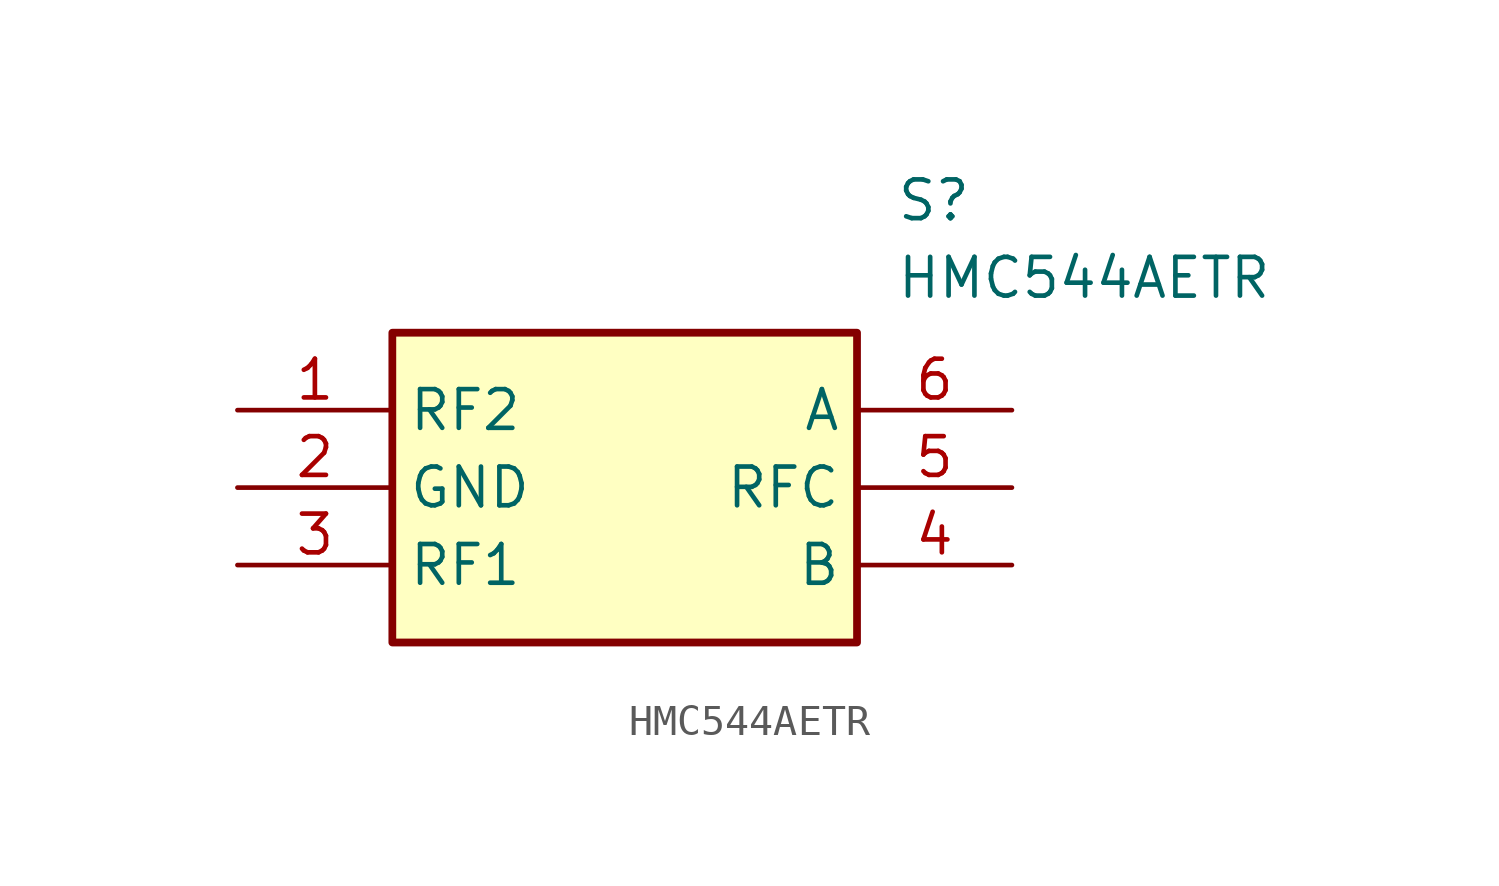
<source format=kicad_sym>
(kicad_symbol_lib
  (version 20211014)
  (generator SamacSys_ECAD_Model)
  (symbol "HMC544AETR"
    (property "Reference" "S"
      (at 21.59 7.62 0)
      (effects (font (size 1.27 1.27)) (justify left top)))
    (property "Value" "HMC544AETR"
      (at 21.59 5.08 0)
      (effects (font (size 1.27 1.27)) (justify left top)))
    (rectangle
      (start 5.08 2.54)
      (end 20.32 -7.62)
      (stroke (width 0.254) (type default))
      (fill (type background)))
    (pin passive line
      (at 0 0 0)
      (length 5.08)
      (name "RF2" (effects (font (size 1.27 1.27))))
      (number "1" (effects (font (size 1.27 1.27)))))
    (pin passive line
      (at 0 -2.54 0)
      (length 5.08)
      (name "GND" (effects (font (size 1.27 1.27))))
      (number "2" (effects (font (size 1.27 1.27)))))
    (pin passive line
      (at 0 -5.08 0)
      (length 5.08)
      (name "RF1" (effects (font (size 1.27 1.27))))
      (number "3" (effects (font (size 1.27 1.27)))))
    (pin passive line
      (at 25.4 0 180)
      (length 5.08)
      (name "A" (effects (font (size 1.27 1.27))))
      (number "6" (effects (font (size 1.27 1.27)))))
    (pin passive line
      (at 25.4 -2.54 180)
      (length 5.08)
      (name "RFC" (effects (font (size 1.27 1.27))))
      (number "5" (effects (font (size 1.27 1.27)))))
    (pin passive line
      (at 25.4 -5.08 180)
      (length 5.08)
      (name "B" (effects (font (size 1.27 1.27))))
      (number "4" (effects (font (size 1.27 1.27)))))))
</source>
